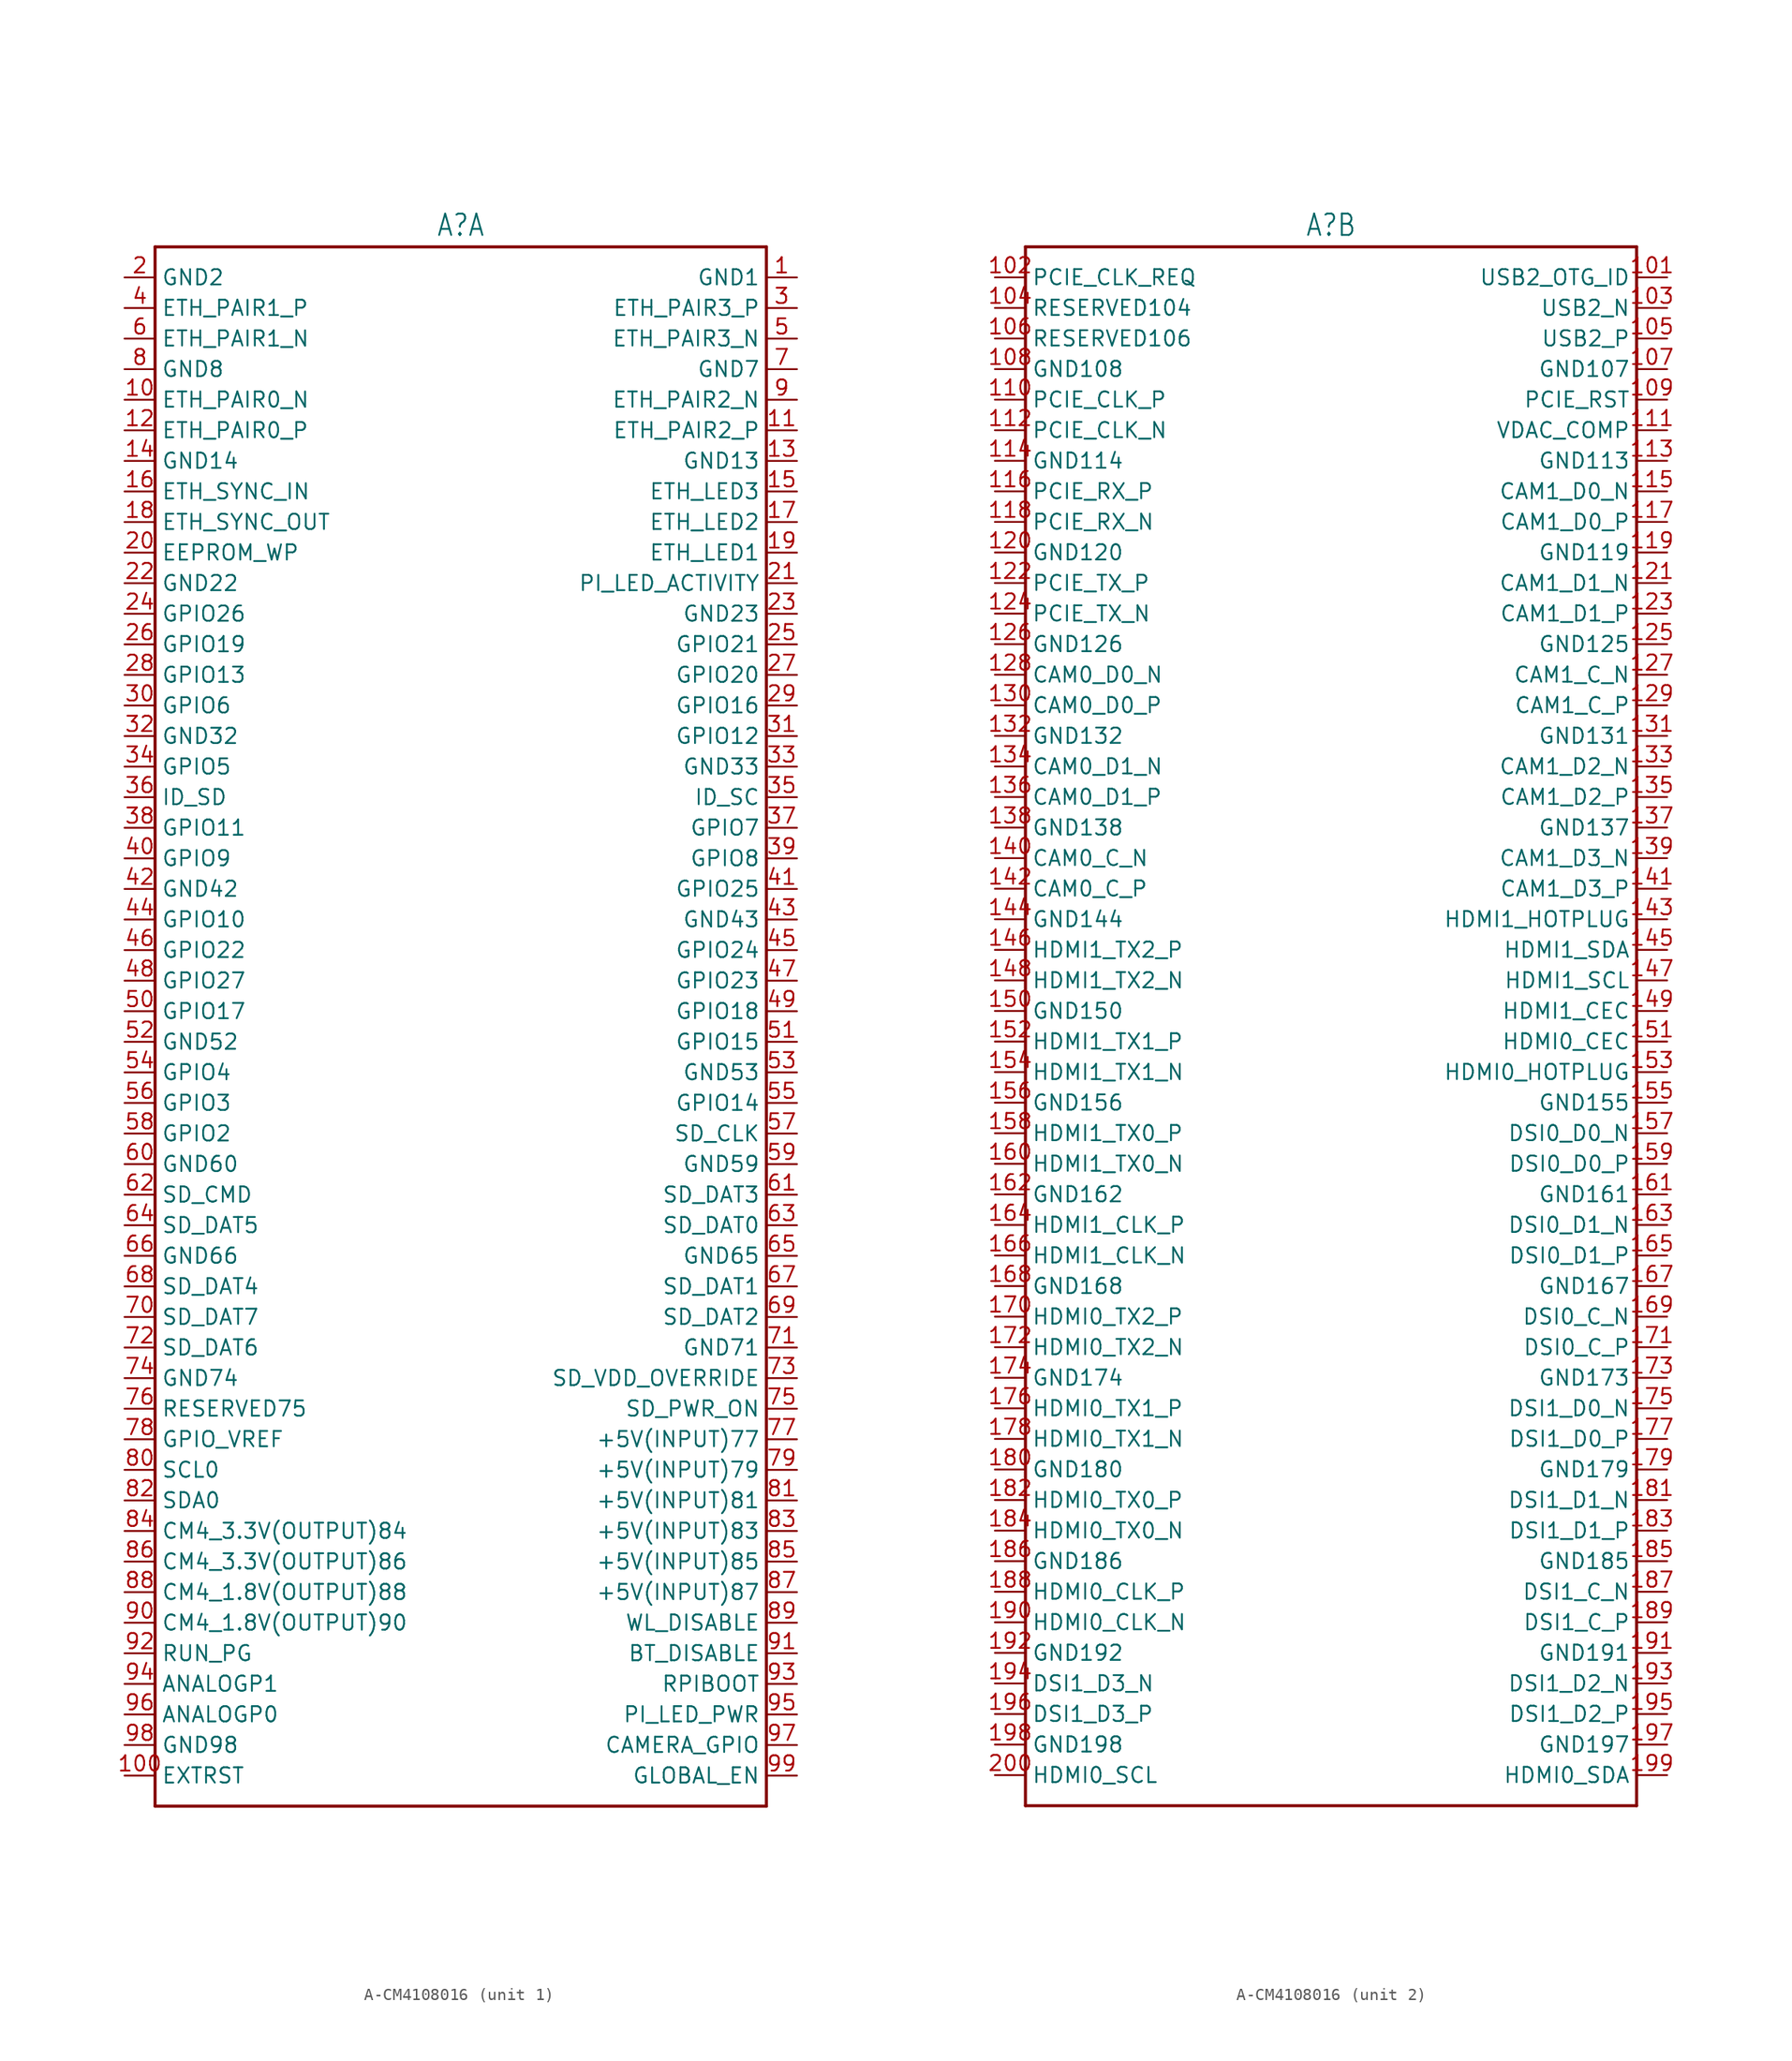
<source format=kicad_sym>
(kicad_symbol_lib
  (version 20231120)
  (generator "kicad_symbol_editor")
  (generator_version "8.0")
  (symbol "A-CM4108016"
    (property "Reference" "A"
      (at 0 66.802 0)
      (effects (font (size 1.778 1.511)) (justify bottom)))
    (property "Value" ""
      (at 0 -64.262 0)
      (effects (font (size 1.778 1.511)) (justify top)))
    (property "ki_locked" ""
      (at 0 0 0)
      (effects (font (size 1.27 1.27))))
    (symbol "A-CM4108016_1_0"
      (polyline (pts (xy -25.4 -63.5) (xy -25.4 66.04)) (stroke (width 0.254) (type solid)) (fill (type none)))
      (polyline (pts (xy -25.4 66.04) (xy 25.4 66.04)) (stroke (width 0.254) (type solid)) (fill (type none)))
      (polyline (pts (xy 25.4 -63.5) (xy -25.4 -63.5)) (stroke (width 0.254) (type solid)) (fill (type none)))
      (polyline (pts (xy 25.4 66.04) (xy 25.4 -63.5)) (stroke (width 0.254) (type solid)) (fill (type none)))
      (pin passive line (at 27.94 63.5 180) (length 2.54) (name "GND1" (effects (font (size 1.27 1.27)))) (number "1" (effects (font (size 1.27 1.27)))))
      (pin passive line (at -27.94 53.34 0) (length 2.54) (name "ETH_PAIR0_N" (effects (font (size 1.27 1.27)))) (number "10" (effects (font (size 1.27 1.27)))))
      (pin passive line (at -27.94 -60.96 0) (length 2.54) (name "EXTRST" (effects (font (size 1.27 1.27)))) (number "100" (effects (font (size 1.27 1.27)))))
      (pin passive line (at 27.94 50.8 180) (length 2.54) (name "ETH_PAIR2_P" (effects (font (size 1.27 1.27)))) (number "11" (effects (font (size 1.27 1.27)))))
      (pin passive line (at -27.94 50.8 0) (length 2.54) (name "ETH_PAIR0_P" (effects (font (size 1.27 1.27)))) (number "12" (effects (font (size 1.27 1.27)))))
      (pin passive line (at 27.94 48.26 180) (length 2.54) (name "GND13" (effects (font (size 1.27 1.27)))) (number "13" (effects (font (size 1.27 1.27)))))
      (pin passive line (at -27.94 48.26 0) (length 2.54) (name "GND14" (effects (font (size 1.27 1.27)))) (number "14" (effects (font (size 1.27 1.27)))))
      (pin passive line (at 27.94 45.72 180) (length 2.54) (name "ETH_LED3" (effects (font (size 1.27 1.27)))) (number "15" (effects (font (size 1.27 1.27)))))
      (pin passive line (at -27.94 45.72 0) (length 2.54) (name "ETH_SYNC_IN" (effects (font (size 1.27 1.27)))) (number "16" (effects (font (size 1.27 1.27)))))
      (pin passive line (at 27.94 43.18 180) (length 2.54) (name "ETH_LED2" (effects (font (size 1.27 1.27)))) (number "17" (effects (font (size 1.27 1.27)))))
      (pin passive line (at -27.94 43.18 0) (length 2.54) (name "ETH_SYNC_OUT" (effects (font (size 1.27 1.27)))) (number "18" (effects (font (size 1.27 1.27)))))
      (pin passive line (at 27.94 40.64 180) (length 2.54) (name "ETH_LED1" (effects (font (size 1.27 1.27)))) (number "19" (effects (font (size 1.27 1.27)))))
      (pin passive line (at -27.94 63.5 0) (length 2.54) (name "GND2" (effects (font (size 1.27 1.27)))) (number "2" (effects (font (size 1.27 1.27)))))
      (pin passive line (at -27.94 40.64 0) (length 2.54) (name "EEPROM_WP" (effects (font (size 1.27 1.27)))) (number "20" (effects (font (size 1.27 1.27)))))
      (pin passive line (at 27.94 38.1 180) (length 2.54) (name "PI_LED_ACTIVITY" (effects (font (size 1.27 1.27)))) (number "21" (effects (font (size 1.27 1.27)))))
      (pin passive line (at -27.94 38.1 0) (length 2.54) (name "GND22" (effects (font (size 1.27 1.27)))) (number "22" (effects (font (size 1.27 1.27)))))
      (pin passive line (at 27.94 35.56 180) (length 2.54) (name "GND23" (effects (font (size 1.27 1.27)))) (number "23" (effects (font (size 1.27 1.27)))))
      (pin passive line (at -27.94 35.56 0) (length 2.54) (name "GPIO26" (effects (font (size 1.27 1.27)))) (number "24" (effects (font (size 1.27 1.27)))))
      (pin passive line (at 27.94 33.02 180) (length 2.54) (name "GPIO21" (effects (font (size 1.27 1.27)))) (number "25" (effects (font (size 1.27 1.27)))))
      (pin passive line (at -27.94 33.02 0) (length 2.54) (name "GPIO19" (effects (font (size 1.27 1.27)))) (number "26" (effects (font (size 1.27 1.27)))))
      (pin passive line (at 27.94 30.48 180) (length 2.54) (name "GPIO20" (effects (font (size 1.27 1.27)))) (number "27" (effects (font (size 1.27 1.27)))))
      (pin passive line (at -27.94 30.48 0) (length 2.54) (name "GPIO13" (effects (font (size 1.27 1.27)))) (number "28" (effects (font (size 1.27 1.27)))))
      (pin passive line (at 27.94 27.94 180) (length 2.54) (name "GPIO16" (effects (font (size 1.27 1.27)))) (number "29" (effects (font (size 1.27 1.27)))))
      (pin passive line (at 27.94 60.96 180) (length 2.54) (name "ETH_PAIR3_P" (effects (font (size 1.27 1.27)))) (number "3" (effects (font (size 1.27 1.27)))))
      (pin passive line (at -27.94 27.94 0) (length 2.54) (name "GPIO6" (effects (font (size 1.27 1.27)))) (number "30" (effects (font (size 1.27 1.27)))))
      (pin passive line (at 27.94 25.4 180) (length 2.54) (name "GPIO12" (effects (font (size 1.27 1.27)))) (number "31" (effects (font (size 1.27 1.27)))))
      (pin passive line (at -27.94 25.4 0) (length 2.54) (name "GND32" (effects (font (size 1.27 1.27)))) (number "32" (effects (font (size 1.27 1.27)))))
      (pin passive line (at 27.94 22.86 180) (length 2.54) (name "GND33" (effects (font (size 1.27 1.27)))) (number "33" (effects (font (size 1.27 1.27)))))
      (pin passive line (at -27.94 22.86 0) (length 2.54) (name "GPIO5" (effects (font (size 1.27 1.27)))) (number "34" (effects (font (size 1.27 1.27)))))
      (pin passive line (at 27.94 20.32 180) (length 2.54) (name "ID_SC" (effects (font (size 1.27 1.27)))) (number "35" (effects (font (size 1.27 1.27)))))
      (pin passive line (at -27.94 20.32 0) (length 2.54) (name "ID_SD" (effects (font (size 1.27 1.27)))) (number "36" (effects (font (size 1.27 1.27)))))
      (pin passive line (at 27.94 17.78 180) (length 2.54) (name "GPIO7" (effects (font (size 1.27 1.27)))) (number "37" (effects (font (size 1.27 1.27)))))
      (pin passive line (at -27.94 17.78 0) (length 2.54) (name "GPIO11" (effects (font (size 1.27 1.27)))) (number "38" (effects (font (size 1.27 1.27)))))
      (pin passive line (at 27.94 15.24 180) (length 2.54) (name "GPIO8" (effects (font (size 1.27 1.27)))) (number "39" (effects (font (size 1.27 1.27)))))
      (pin passive line (at -27.94 60.96 0) (length 2.54) (name "ETH_PAIR1_P" (effects (font (size 1.27 1.27)))) (number "4" (effects (font (size 1.27 1.27)))))
      (pin passive line (at -27.94 15.24 0) (length 2.54) (name "GPIO9" (effects (font (size 1.27 1.27)))) (number "40" (effects (font (size 1.27 1.27)))))
      (pin passive line (at 27.94 12.7 180) (length 2.54) (name "GPIO25" (effects (font (size 1.27 1.27)))) (number "41" (effects (font (size 1.27 1.27)))))
      (pin passive line (at -27.94 12.7 0) (length 2.54) (name "GND42" (effects (font (size 1.27 1.27)))) (number "42" (effects (font (size 1.27 1.27)))))
      (pin passive line (at 27.94 10.16 180) (length 2.54) (name "GND43" (effects (font (size 1.27 1.27)))) (number "43" (effects (font (size 1.27 1.27)))))
      (pin passive line (at -27.94 10.16 0) (length 2.54) (name "GPIO10" (effects (font (size 1.27 1.27)))) (number "44" (effects (font (size 1.27 1.27)))))
      (pin passive line (at 27.94 7.62 180) (length 2.54) (name "GPIO24" (effects (font (size 1.27 1.27)))) (number "45" (effects (font (size 1.27 1.27)))))
      (pin passive line (at -27.94 7.62 0) (length 2.54) (name "GPIO22" (effects (font (size 1.27 1.27)))) (number "46" (effects (font (size 1.27 1.27)))))
      (pin passive line (at 27.94 5.08 180) (length 2.54) (name "GPIO23" (effects (font (size 1.27 1.27)))) (number "47" (effects (font (size 1.27 1.27)))))
      (pin passive line (at -27.94 5.08 0) (length 2.54) (name "GPIO27" (effects (font (size 1.27 1.27)))) (number "48" (effects (font (size 1.27 1.27)))))
      (pin passive line (at 27.94 2.54 180) (length 2.54) (name "GPIO18" (effects (font (size 1.27 1.27)))) (number "49" (effects (font (size 1.27 1.27)))))
      (pin passive line (at 27.94 58.42 180) (length 2.54) (name "ETH_PAIR3_N" (effects (font (size 1.27 1.27)))) (number "5" (effects (font (size 1.27 1.27)))))
      (pin passive line (at -27.94 2.54 0) (length 2.54) (name "GPIO17" (effects (font (size 1.27 1.27)))) (number "50" (effects (font (size 1.27 1.27)))))
      (pin passive line (at 27.94 0 180) (length 2.54) (name "GPIO15" (effects (font (size 1.27 1.27)))) (number "51" (effects (font (size 1.27 1.27)))))
      (pin passive line (at -27.94 0 0) (length 2.54) (name "GND52" (effects (font (size 1.27 1.27)))) (number "52" (effects (font (size 1.27 1.27)))))
      (pin passive line (at 27.94 -2.54 180) (length 2.54) (name "GND53" (effects (font (size 1.27 1.27)))) (number "53" (effects (font (size 1.27 1.27)))))
      (pin passive line (at -27.94 -2.54 0) (length 2.54) (name "GPIO4" (effects (font (size 1.27 1.27)))) (number "54" (effects (font (size 1.27 1.27)))))
      (pin passive line (at 27.94 -5.08 180) (length 2.54) (name "GPIO14" (effects (font (size 1.27 1.27)))) (number "55" (effects (font (size 1.27 1.27)))))
      (pin passive line (at -27.94 -5.08 0) (length 2.54) (name "GPIO3" (effects (font (size 1.27 1.27)))) (number "56" (effects (font (size 1.27 1.27)))))
      (pin passive line (at 27.94 -7.62 180) (length 2.54) (name "SD_CLK" (effects (font (size 1.27 1.27)))) (number "57" (effects (font (size 1.27 1.27)))))
      (pin passive line (at -27.94 -7.62 0) (length 2.54) (name "GPIO2" (effects (font (size 1.27 1.27)))) (number "58" (effects (font (size 1.27 1.27)))))
      (pin passive line (at 27.94 -10.16 180) (length 2.54) (name "GND59" (effects (font (size 1.27 1.27)))) (number "59" (effects (font (size 1.27 1.27)))))
      (pin passive line (at -27.94 58.42 0) (length 2.54) (name "ETH_PAIR1_N" (effects (font (size 1.27 1.27)))) (number "6" (effects (font (size 1.27 1.27)))))
      (pin passive line (at -27.94 -10.16 0) (length 2.54) (name "GND60" (effects (font (size 1.27 1.27)))) (number "60" (effects (font (size 1.27 1.27)))))
      (pin passive line (at 27.94 -12.7 180) (length 2.54) (name "SD_DAT3" (effects (font (size 1.27 1.27)))) (number "61" (effects (font (size 1.27 1.27)))))
      (pin passive line (at -27.94 -12.7 0) (length 2.54) (name "SD_CMD" (effects (font (size 1.27 1.27)))) (number "62" (effects (font (size 1.27 1.27)))))
      (pin passive line (at 27.94 -15.24 180) (length 2.54) (name "SD_DAT0" (effects (font (size 1.27 1.27)))) (number "63" (effects (font (size 1.27 1.27)))))
      (pin passive line (at -27.94 -15.24 0) (length 2.54) (name "SD_DAT5" (effects (font (size 1.27 1.27)))) (number "64" (effects (font (size 1.27 1.27)))))
      (pin passive line (at 27.94 -17.78 180) (length 2.54) (name "GND65" (effects (font (size 1.27 1.27)))) (number "65" (effects (font (size 1.27 1.27)))))
      (pin passive line (at -27.94 -17.78 0) (length 2.54) (name "GND66" (effects (font (size 1.27 1.27)))) (number "66" (effects (font (size 1.27 1.27)))))
      (pin passive line (at 27.94 -20.32 180) (length 2.54) (name "SD_DAT1" (effects (font (size 1.27 1.27)))) (number "67" (effects (font (size 1.27 1.27)))))
      (pin passive line (at -27.94 -20.32 0) (length 2.54) (name "SD_DAT4" (effects (font (size 1.27 1.27)))) (number "68" (effects (font (size 1.27 1.27)))))
      (pin passive line (at 27.94 -22.86 180) (length 2.54) (name "SD_DAT2" (effects (font (size 1.27 1.27)))) (number "69" (effects (font (size 1.27 1.27)))))
      (pin passive line (at 27.94 55.88 180) (length 2.54) (name "GND7" (effects (font (size 1.27 1.27)))) (number "7" (effects (font (size 1.27 1.27)))))
      (pin passive line (at -27.94 -22.86 0) (length 2.54) (name "SD_DAT7" (effects (font (size 1.27 1.27)))) (number "70" (effects (font (size 1.27 1.27)))))
      (pin passive line (at 27.94 -25.4 180) (length 2.54) (name "GND71" (effects (font (size 1.27 1.27)))) (number "71" (effects (font (size 1.27 1.27)))))
      (pin passive line (at -27.94 -25.4 0) (length 2.54) (name "SD_DAT6" (effects (font (size 1.27 1.27)))) (number "72" (effects (font (size 1.27 1.27)))))
      (pin passive line (at 27.94 -27.94 180) (length 2.54) (name "SD_VDD_OVERRIDE" (effects (font (size 1.27 1.27)))) (number "73" (effects (font (size 1.27 1.27)))))
      (pin passive line (at -27.94 -27.94 0) (length 2.54) (name "GND74" (effects (font (size 1.27 1.27)))) (number "74" (effects (font (size 1.27 1.27)))))
      (pin passive line (at 27.94 -30.48 180) (length 2.54) (name "SD_PWR_ON" (effects (font (size 1.27 1.27)))) (number "75" (effects (font (size 1.27 1.27)))))
      (pin passive line (at -27.94 -30.48 0) (length 2.54) (name "RESERVED75" (effects (font (size 1.27 1.27)))) (number "76" (effects (font (size 1.27 1.27)))))
      (pin passive line (at 27.94 -33.02 180) (length 2.54) (name "+5V(INPUT)77" (effects (font (size 1.27 1.27)))) (number "77" (effects (font (size 1.27 1.27)))))
      (pin passive line (at -27.94 -33.02 0) (length 2.54) (name "GPIO_VREF" (effects (font (size 1.27 1.27)))) (number "78" (effects (font (size 1.27 1.27)))))
      (pin passive line (at 27.94 -35.56 180) (length 2.54) (name "+5V(INPUT)79" (effects (font (size 1.27 1.27)))) (number "79" (effects (font (size 1.27 1.27)))))
      (pin passive line (at -27.94 55.88 0) (length 2.54) (name "GND8" (effects (font (size 1.27 1.27)))) (number "8" (effects (font (size 1.27 1.27)))))
      (pin passive line (at -27.94 -35.56 0) (length 2.54) (name "SCL0" (effects (font (size 1.27 1.27)))) (number "80" (effects (font (size 1.27 1.27)))))
      (pin passive line (at 27.94 -38.1 180) (length 2.54) (name "+5V(INPUT)81" (effects (font (size 1.27 1.27)))) (number "81" (effects (font (size 1.27 1.27)))))
      (pin passive line (at -27.94 -38.1 0) (length 2.54) (name "SDA0" (effects (font (size 1.27 1.27)))) (number "82" (effects (font (size 1.27 1.27)))))
      (pin passive line (at 27.94 -40.64 180) (length 2.54) (name "+5V(INPUT)83" (effects (font (size 1.27 1.27)))) (number "83" (effects (font (size 1.27 1.27)))))
      (pin passive line (at -27.94 -40.64 0) (length 2.54) (name "CM4_3.3V(OUTPUT)84" (effects (font (size 1.27 1.27)))) (number "84" (effects (font (size 1.27 1.27)))))
      (pin passive line (at 27.94 -43.18 180) (length 2.54) (name "+5V(INPUT)85" (effects (font (size 1.27 1.27)))) (number "85" (effects (font (size 1.27 1.27)))))
      (pin passive line (at -27.94 -43.18 0) (length 2.54) (name "CM4_3.3V(OUTPUT)86" (effects (font (size 1.27 1.27)))) (number "86" (effects (font (size 1.27 1.27)))))
      (pin passive line (at 27.94 -45.72 180) (length 2.54) (name "+5V(INPUT)87" (effects (font (size 1.27 1.27)))) (number "87" (effects (font (size 1.27 1.27)))))
      (pin passive line (at -27.94 -45.72 0) (length 2.54) (name "CM4_1.8V(OUTPUT)88" (effects (font (size 1.27 1.27)))) (number "88" (effects (font (size 1.27 1.27)))))
      (pin passive line (at 27.94 -48.26 180) (length 2.54) (name "WL_DISABLE" (effects (font (size 1.27 1.27)))) (number "89" (effects (font (size 1.27 1.27)))))
      (pin passive line (at 27.94 53.34 180) (length 2.54) (name "ETH_PAIR2_N" (effects (font (size 1.27 1.27)))) (number "9" (effects (font (size 1.27 1.27)))))
      (pin passive line (at -27.94 -48.26 0) (length 2.54) (name "CM4_1.8V(OUTPUT)90" (effects (font (size 1.27 1.27)))) (number "90" (effects (font (size 1.27 1.27)))))
      (pin passive line (at 27.94 -50.8 180) (length 2.54) (name "BT_DISABLE" (effects (font (size 1.27 1.27)))) (number "91" (effects (font (size 1.27 1.27)))))
      (pin passive line (at -27.94 -50.8 0) (length 2.54) (name "RUN_PG" (effects (font (size 1.27 1.27)))) (number "92" (effects (font (size 1.27 1.27)))))
      (pin passive line (at 27.94 -53.34 180) (length 2.54) (name "RPIBOOT" (effects (font (size 1.27 1.27)))) (number "93" (effects (font (size 1.27 1.27)))))
      (pin passive line (at -27.94 -53.34 0) (length 2.54) (name "ANALOGP1" (effects (font (size 1.27 1.27)))) (number "94" (effects (font (size 1.27 1.27)))))
      (pin passive line (at 27.94 -55.88 180) (length 2.54) (name "PI_LED_PWR" (effects (font (size 1.27 1.27)))) (number "95" (effects (font (size 1.27 1.27)))))
      (pin passive line (at -27.94 -55.88 0) (length 2.54) (name "ANALOGP0" (effects (font (size 1.27 1.27)))) (number "96" (effects (font (size 1.27 1.27)))))
      (pin passive line (at 27.94 -58.42 180) (length 2.54) (name "CAMERA_GPIO" (effects (font (size 1.27 1.27)))) (number "97" (effects (font (size 1.27 1.27)))))
      (pin passive line (at -27.94 -58.42 0) (length 2.54) (name "GND98" (effects (font (size 1.27 1.27)))) (number "98" (effects (font (size 1.27 1.27)))))
      (pin passive line (at 27.94 -60.96 180) (length 2.54) (name "GLOBAL_EN" (effects (font (size 1.27 1.27)))) (number "99" (effects (font (size 1.27 1.27))))))
    (symbol "A-CM4108016_2_0"
      (polyline (pts (xy -25.4 -63.5) (xy -25.4 66.04)) (stroke (width 0.254) (type solid)) (fill (type none)))
      (polyline (pts (xy -25.4 66.04) (xy 25.4 66.04)) (stroke (width 0.254) (type solid)) (fill (type none)))
      (polyline (pts (xy 25.4 -63.5) (xy -25.4 -63.5)) (stroke (width 0.254) (type solid)) (fill (type none)))
      (polyline (pts (xy 25.4 66.04) (xy 25.4 -63.5)) (stroke (width 0.254) (type solid)) (fill (type none)))
      (pin passive line (at 27.94 63.5 180) (length 2.54) (name "USB2_OTG_ID" (effects (font (size 1.27 1.27)))) (number "101" (effects (font (size 1.27 1.27)))))
      (pin passive line (at -27.94 63.5 0) (length 2.54) (name "PCIE_CLK_REQ" (effects (font (size 1.27 1.27)))) (number "102" (effects (font (size 1.27 1.27)))))
      (pin passive line (at 27.94 60.96 180) (length 2.54) (name "USB2_N" (effects (font (size 1.27 1.27)))) (number "103" (effects (font (size 1.27 1.27)))))
      (pin passive line (at -27.94 60.96 0) (length 2.54) (name "RESERVED104" (effects (font (size 1.27 1.27)))) (number "104" (effects (font (size 1.27 1.27)))))
      (pin passive line (at 27.94 58.42 180) (length 2.54) (name "USB2_P" (effects (font (size 1.27 1.27)))) (number "105" (effects (font (size 1.27 1.27)))))
      (pin passive line (at -27.94 58.42 0) (length 2.54) (name "RESERVED106" (effects (font (size 1.27 1.27)))) (number "106" (effects (font (size 1.27 1.27)))))
      (pin passive line (at 27.94 55.88 180) (length 2.54) (name "GND107" (effects (font (size 1.27 1.27)))) (number "107" (effects (font (size 1.27 1.27)))))
      (pin passive line (at -27.94 55.88 0) (length 2.54) (name "GND108" (effects (font (size 1.27 1.27)))) (number "108" (effects (font (size 1.27 1.27)))))
      (pin passive line (at 27.94 53.34 180) (length 2.54) (name "PCIE_RST" (effects (font (size 1.27 1.27)))) (number "109" (effects (font (size 1.27 1.27)))))
      (pin passive line (at -27.94 53.34 0) (length 2.54) (name "PCIE_CLK_P" (effects (font (size 1.27 1.27)))) (number "110" (effects (font (size 1.27 1.27)))))
      (pin passive line (at 27.94 50.8 180) (length 2.54) (name "VDAC_COMP" (effects (font (size 1.27 1.27)))) (number "111" (effects (font (size 1.27 1.27)))))
      (pin passive line (at -27.94 50.8 0) (length 2.54) (name "PCIE_CLK_N" (effects (font (size 1.27 1.27)))) (number "112" (effects (font (size 1.27 1.27)))))
      (pin passive line (at 27.94 48.26 180) (length 2.54) (name "GND113" (effects (font (size 1.27 1.27)))) (number "113" (effects (font (size 1.27 1.27)))))
      (pin passive line (at -27.94 48.26 0) (length 2.54) (name "GND114" (effects (font (size 1.27 1.27)))) (number "114" (effects (font (size 1.27 1.27)))))
      (pin passive line (at 27.94 45.72 180) (length 2.54) (name "CAM1_D0_N" (effects (font (size 1.27 1.27)))) (number "115" (effects (font (size 1.27 1.27)))))
      (pin passive line (at -27.94 45.72 0) (length 2.54) (name "PCIE_RX_P" (effects (font (size 1.27 1.27)))) (number "116" (effects (font (size 1.27 1.27)))))
      (pin passive line (at 27.94 43.18 180) (length 2.54) (name "CAM1_D0_P" (effects (font (size 1.27 1.27)))) (number "117" (effects (font (size 1.27 1.27)))))
      (pin passive line (at -27.94 43.18 0) (length 2.54) (name "PCIE_RX_N" (effects (font (size 1.27 1.27)))) (number "118" (effects (font (size 1.27 1.27)))))
      (pin passive line (at 27.94 40.64 180) (length 2.54) (name "GND119" (effects (font (size 1.27 1.27)))) (number "119" (effects (font (size 1.27 1.27)))))
      (pin passive line (at -27.94 40.64 0) (length 2.54) (name "GND120" (effects (font (size 1.27 1.27)))) (number "120" (effects (font (size 1.27 1.27)))))
      (pin passive line (at 27.94 38.1 180) (length 2.54) (name "CAM1_D1_N" (effects (font (size 1.27 1.27)))) (number "121" (effects (font (size 1.27 1.27)))))
      (pin passive line (at -27.94 38.1 0) (length 2.54) (name "PCIE_TX_P" (effects (font (size 1.27 1.27)))) (number "122" (effects (font (size 1.27 1.27)))))
      (pin passive line (at 27.94 35.56 180) (length 2.54) (name "CAM1_D1_P" (effects (font (size 1.27 1.27)))) (number "123" (effects (font (size 1.27 1.27)))))
      (pin passive line (at -27.94 35.56 0) (length 2.54) (name "PCIE_TX_N" (effects (font (size 1.27 1.27)))) (number "124" (effects (font (size 1.27 1.27)))))
      (pin passive line (at 27.94 33.02 180) (length 2.54) (name "GND125" (effects (font (size 1.27 1.27)))) (number "125" (effects (font (size 1.27 1.27)))))
      (pin passive line (at -27.94 33.02 0) (length 2.54) (name "GND126" (effects (font (size 1.27 1.27)))) (number "126" (effects (font (size 1.27 1.27)))))
      (pin passive line (at 27.94 30.48 180) (length 2.54) (name "CAM1_C_N" (effects (font (size 1.27 1.27)))) (number "127" (effects (font (size 1.27 1.27)))))
      (pin passive line (at -27.94 30.48 0) (length 2.54) (name "CAM0_D0_N" (effects (font (size 1.27 1.27)))) (number "128" (effects (font (size 1.27 1.27)))))
      (pin passive line (at 27.94 27.94 180) (length 2.54) (name "CAM1_C_P" (effects (font (size 1.27 1.27)))) (number "129" (effects (font (size 1.27 1.27)))))
      (pin passive line (at -27.94 27.94 0) (length 2.54) (name "CAM0_D0_P" (effects (font (size 1.27 1.27)))) (number "130" (effects (font (size 1.27 1.27)))))
      (pin passive line (at 27.94 25.4 180) (length 2.54) (name "GND131" (effects (font (size 1.27 1.27)))) (number "131" (effects (font (size 1.27 1.27)))))
      (pin passive line (at -27.94 25.4 0) (length 2.54) (name "GND132" (effects (font (size 1.27 1.27)))) (number "132" (effects (font (size 1.27 1.27)))))
      (pin passive line (at 27.94 22.86 180) (length 2.54) (name "CAM1_D2_N" (effects (font (size 1.27 1.27)))) (number "133" (effects (font (size 1.27 1.27)))))
      (pin passive line (at -27.94 22.86 0) (length 2.54) (name "CAM0_D1_N" (effects (font (size 1.27 1.27)))) (number "134" (effects (font (size 1.27 1.27)))))
      (pin passive line (at 27.94 20.32 180) (length 2.54) (name "CAM1_D2_P" (effects (font (size 1.27 1.27)))) (number "135" (effects (font (size 1.27 1.27)))))
      (pin passive line (at -27.94 20.32 0) (length 2.54) (name "CAM0_D1_P" (effects (font (size 1.27 1.27)))) (number "136" (effects (font (size 1.27 1.27)))))
      (pin passive line (at 27.94 17.78 180) (length 2.54) (name "GND137" (effects (font (size 1.27 1.27)))) (number "137" (effects (font (size 1.27 1.27)))))
      (pin passive line (at -27.94 17.78 0) (length 2.54) (name "GND138" (effects (font (size 1.27 1.27)))) (number "138" (effects (font (size 1.27 1.27)))))
      (pin passive line (at 27.94 15.24 180) (length 2.54) (name "CAM1_D3_N" (effects (font (size 1.27 1.27)))) (number "139" (effects (font (size 1.27 1.27)))))
      (pin passive line (at -27.94 15.24 0) (length 2.54) (name "CAM0_C_N" (effects (font (size 1.27 1.27)))) (number "140" (effects (font (size 1.27 1.27)))))
      (pin passive line (at 27.94 12.7 180) (length 2.54) (name "CAM1_D3_P" (effects (font (size 1.27 1.27)))) (number "141" (effects (font (size 1.27 1.27)))))
      (pin passive line (at -27.94 12.7 0) (length 2.54) (name "CAM0_C_P" (effects (font (size 1.27 1.27)))) (number "142" (effects (font (size 1.27 1.27)))))
      (pin passive line (at 27.94 10.16 180) (length 2.54) (name "HDMI1_HOTPLUG" (effects (font (size 1.27 1.27)))) (number "143" (effects (font (size 1.27 1.27)))))
      (pin passive line (at -27.94 10.16 0) (length 2.54) (name "GND144" (effects (font (size 1.27 1.27)))) (number "144" (effects (font (size 1.27 1.27)))))
      (pin passive line (at 27.94 7.62 180) (length 2.54) (name "HDMI1_SDA" (effects (font (size 1.27 1.27)))) (number "145" (effects (font (size 1.27 1.27)))))
      (pin passive line (at -27.94 7.62 0) (length 2.54) (name "HDMI1_TX2_P" (effects (font (size 1.27 1.27)))) (number "146" (effects (font (size 1.27 1.27)))))
      (pin passive line (at 27.94 5.08 180) (length 2.54) (name "HDMI1_SCL" (effects (font (size 1.27 1.27)))) (number "147" (effects (font (size 1.27 1.27)))))
      (pin passive line (at -27.94 5.08 0) (length 2.54) (name "HDMI1_TX2_N" (effects (font (size 1.27 1.27)))) (number "148" (effects (font (size 1.27 1.27)))))
      (pin passive line (at 27.94 2.54 180) (length 2.54) (name "HDMI1_CEC" (effects (font (size 1.27 1.27)))) (number "149" (effects (font (size 1.27 1.27)))))
      (pin passive line (at -27.94 2.54 0) (length 2.54) (name "GND150" (effects (font (size 1.27 1.27)))) (number "150" (effects (font (size 1.27 1.27)))))
      (pin passive line (at 27.94 0 180) (length 2.54) (name "HDMI0_CEC" (effects (font (size 1.27 1.27)))) (number "151" (effects (font (size 1.27 1.27)))))
      (pin passive line (at -27.94 0 0) (length 2.54) (name "HDMI1_TX1_P" (effects (font (size 1.27 1.27)))) (number "152" (effects (font (size 1.27 1.27)))))
      (pin passive line (at 27.94 -2.54 180) (length 2.54) (name "HDMI0_HOTPLUG" (effects (font (size 1.27 1.27)))) (number "153" (effects (font (size 1.27 1.27)))))
      (pin passive line (at -27.94 -2.54 0) (length 2.54) (name "HDMI1_TX1_N" (effects (font (size 1.27 1.27)))) (number "154" (effects (font (size 1.27 1.27)))))
      (pin passive line (at 27.94 -5.08 180) (length 2.54) (name "GND155" (effects (font (size 1.27 1.27)))) (number "155" (effects (font (size 1.27 1.27)))))
      (pin passive line (at -27.94 -5.08 0) (length 2.54) (name "GND156" (effects (font (size 1.27 1.27)))) (number "156" (effects (font (size 1.27 1.27)))))
      (pin passive line (at 27.94 -7.62 180) (length 2.54) (name "DSI0_D0_N" (effects (font (size 1.27 1.27)))) (number "157" (effects (font (size 1.27 1.27)))))
      (pin passive line (at -27.94 -7.62 0) (length 2.54) (name "HDMI1_TX0_P" (effects (font (size 1.27 1.27)))) (number "158" (effects (font (size 1.27 1.27)))))
      (pin passive line (at 27.94 -10.16 180) (length 2.54) (name "DSI0_D0_P" (effects (font (size 1.27 1.27)))) (number "159" (effects (font (size 1.27 1.27)))))
      (pin passive line (at -27.94 -10.16 0) (length 2.54) (name "HDMI1_TX0_N" (effects (font (size 1.27 1.27)))) (number "160" (effects (font (size 1.27 1.27)))))
      (pin passive line (at 27.94 -12.7 180) (length 2.54) (name "GND161" (effects (font (size 1.27 1.27)))) (number "161" (effects (font (size 1.27 1.27)))))
      (pin passive line (at -27.94 -12.7 0) (length 2.54) (name "GND162" (effects (font (size 1.27 1.27)))) (number "162" (effects (font (size 1.27 1.27)))))
      (pin passive line (at 27.94 -15.24 180) (length 2.54) (name "DSI0_D1_N" (effects (font (size 1.27 1.27)))) (number "163" (effects (font (size 1.27 1.27)))))
      (pin passive line (at -27.94 -15.24 0) (length 2.54) (name "HDMI1_CLK_P" (effects (font (size 1.27 1.27)))) (number "164" (effects (font (size 1.27 1.27)))))
      (pin passive line (at 27.94 -17.78 180) (length 2.54) (name "DSI0_D1_P" (effects (font (size 1.27 1.27)))) (number "165" (effects (font (size 1.27 1.27)))))
      (pin passive line (at -27.94 -17.78 0) (length 2.54) (name "HDMI1_CLK_N" (effects (font (size 1.27 1.27)))) (number "166" (effects (font (size 1.27 1.27)))))
      (pin passive line (at 27.94 -20.32 180) (length 2.54) (name "GND167" (effects (font (size 1.27 1.27)))) (number "167" (effects (font (size 1.27 1.27)))))
      (pin passive line (at -27.94 -20.32 0) (length 2.54) (name "GND168" (effects (font (size 1.27 1.27)))) (number "168" (effects (font (size 1.27 1.27)))))
      (pin passive line (at 27.94 -22.86 180) (length 2.54) (name "DSI0_C_N" (effects (font (size 1.27 1.27)))) (number "169" (effects (font (size 1.27 1.27)))))
      (pin passive line (at -27.94 -22.86 0) (length 2.54) (name "HDMI0_TX2_P" (effects (font (size 1.27 1.27)))) (number "170" (effects (font (size 1.27 1.27)))))
      (pin passive line (at 27.94 -25.4 180) (length 2.54) (name "DSI0_C_P" (effects (font (size 1.27 1.27)))) (number "171" (effects (font (size 1.27 1.27)))))
      (pin passive line (at -27.94 -25.4 0) (length 2.54) (name "HDMI0_TX2_N" (effects (font (size 1.27 1.27)))) (number "172" (effects (font (size 1.27 1.27)))))
      (pin passive line (at 27.94 -27.94 180) (length 2.54) (name "GND173" (effects (font (size 1.27 1.27)))) (number "173" (effects (font (size 1.27 1.27)))))
      (pin passive line (at -27.94 -27.94 0) (length 2.54) (name "GND174" (effects (font (size 1.27 1.27)))) (number "174" (effects (font (size 1.27 1.27)))))
      (pin passive line (at 27.94 -30.48 180) (length 2.54) (name "DSI1_D0_N" (effects (font (size 1.27 1.27)))) (number "175" (effects (font (size 1.27 1.27)))))
      (pin passive line (at -27.94 -30.48 0) (length 2.54) (name "HDMI0_TX1_P" (effects (font (size 1.27 1.27)))) (number "176" (effects (font (size 1.27 1.27)))))
      (pin passive line (at 27.94 -33.02 180) (length 2.54) (name "DSI1_D0_P" (effects (font (size 1.27 1.27)))) (number "177" (effects (font (size 1.27 1.27)))))
      (pin passive line (at -27.94 -33.02 0) (length 2.54) (name "HDMI0_TX1_N" (effects (font (size 1.27 1.27)))) (number "178" (effects (font (size 1.27 1.27)))))
      (pin passive line (at 27.94 -35.56 180) (length 2.54) (name "GND179" (effects (font (size 1.27 1.27)))) (number "179" (effects (font (size 1.27 1.27)))))
      (pin passive line (at -27.94 -35.56 0) (length 2.54) (name "GND180" (effects (font (size 1.27 1.27)))) (number "180" (effects (font (size 1.27 1.27)))))
      (pin passive line (at 27.94 -38.1 180) (length 2.54) (name "DSI1_D1_N" (effects (font (size 1.27 1.27)))) (number "181" (effects (font (size 1.27 1.27)))))
      (pin passive line (at -27.94 -38.1 0) (length 2.54) (name "HDMI0_TX0_P" (effects (font (size 1.27 1.27)))) (number "182" (effects (font (size 1.27 1.27)))))
      (pin passive line (at 27.94 -40.64 180) (length 2.54) (name "DSI1_D1_P" (effects (font (size 1.27 1.27)))) (number "183" (effects (font (size 1.27 1.27)))))
      (pin passive line (at -27.94 -40.64 0) (length 2.54) (name "HDMI0_TX0_N" (effects (font (size 1.27 1.27)))) (number "184" (effects (font (size 1.27 1.27)))))
      (pin passive line (at 27.94 -43.18 180) (length 2.54) (name "GND185" (effects (font (size 1.27 1.27)))) (number "185" (effects (font (size 1.27 1.27)))))
      (pin passive line (at -27.94 -43.18 0) (length 2.54) (name "GND186" (effects (font (size 1.27 1.27)))) (number "186" (effects (font (size 1.27 1.27)))))
      (pin passive line (at 27.94 -45.72 180) (length 2.54) (name "DSI1_C_N" (effects (font (size 1.27 1.27)))) (number "187" (effects (font (size 1.27 1.27)))))
      (pin passive line (at -27.94 -45.72 0) (length 2.54) (name "HDMI0_CLK_P" (effects (font (size 1.27 1.27)))) (number "188" (effects (font (size 1.27 1.27)))))
      (pin passive line (at 27.94 -48.26 180) (length 2.54) (name "DSI1_C_P" (effects (font (size 1.27 1.27)))) (number "189" (effects (font (size 1.27 1.27)))))
      (pin passive line (at -27.94 -48.26 0) (length 2.54) (name "HDMI0_CLK_N" (effects (font (size 1.27 1.27)))) (number "190" (effects (font (size 1.27 1.27)))))
      (pin passive line (at 27.94 -50.8 180) (length 2.54) (name "GND191" (effects (font (size 1.27 1.27)))) (number "191" (effects (font (size 1.27 1.27)))))
      (pin passive line (at -27.94 -50.8 0) (length 2.54) (name "GND192" (effects (font (size 1.27 1.27)))) (number "192" (effects (font (size 1.27 1.27)))))
      (pin passive line (at 27.94 -53.34 180) (length 2.54) (name "DSI1_D2_N" (effects (font (size 1.27 1.27)))) (number "193" (effects (font (size 1.27 1.27)))))
      (pin passive line (at -27.94 -53.34 0) (length 2.54) (name "DSI1_D3_N" (effects (font (size 1.27 1.27)))) (number "194" (effects (font (size 1.27 1.27)))))
      (pin passive line (at 27.94 -55.88 180) (length 2.54) (name "DSI1_D2_P" (effects (font (size 1.27 1.27)))) (number "195" (effects (font (size 1.27 1.27)))))
      (pin passive line (at -27.94 -55.88 0) (length 2.54) (name "DSI1_D3_P" (effects (font (size 1.27 1.27)))) (number "196" (effects (font (size 1.27 1.27)))))
      (pin passive line (at 27.94 -58.42 180) (length 2.54) (name "GND197" (effects (font (size 1.27 1.27)))) (number "197" (effects (font (size 1.27 1.27)))))
      (pin passive line (at -27.94 -58.42 0) (length 2.54) (name "GND198" (effects (font (size 1.27 1.27)))) (number "198" (effects (font (size 1.27 1.27)))))
      (pin passive line (at 27.94 -60.96 180) (length 2.54) (name "HDMI0_SDA" (effects (font (size 1.27 1.27)))) (number "199" (effects (font (size 1.27 1.27)))))
      (pin passive line (at -27.94 -60.96 0) (length 2.54) (name "HDMI0_SCL" (effects (font (size 1.27 1.27)))) (number "200" (effects (font (size 1.27 1.27))))))))
</source>
